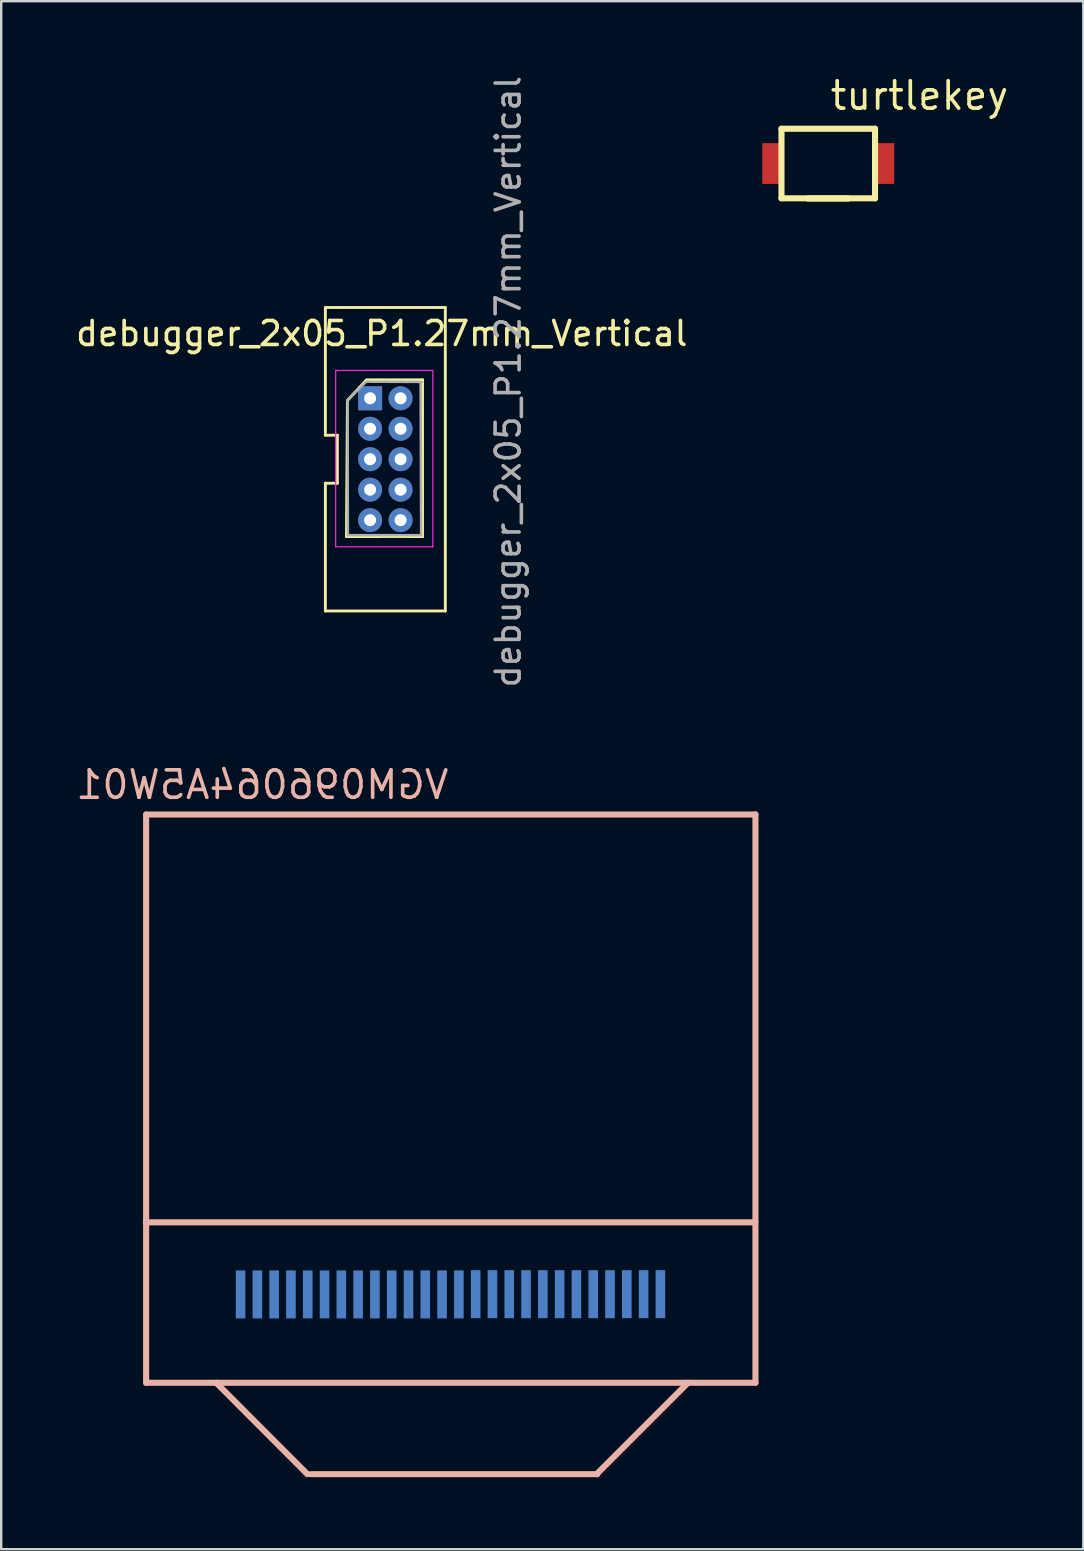
<source format=kicad_pcb>
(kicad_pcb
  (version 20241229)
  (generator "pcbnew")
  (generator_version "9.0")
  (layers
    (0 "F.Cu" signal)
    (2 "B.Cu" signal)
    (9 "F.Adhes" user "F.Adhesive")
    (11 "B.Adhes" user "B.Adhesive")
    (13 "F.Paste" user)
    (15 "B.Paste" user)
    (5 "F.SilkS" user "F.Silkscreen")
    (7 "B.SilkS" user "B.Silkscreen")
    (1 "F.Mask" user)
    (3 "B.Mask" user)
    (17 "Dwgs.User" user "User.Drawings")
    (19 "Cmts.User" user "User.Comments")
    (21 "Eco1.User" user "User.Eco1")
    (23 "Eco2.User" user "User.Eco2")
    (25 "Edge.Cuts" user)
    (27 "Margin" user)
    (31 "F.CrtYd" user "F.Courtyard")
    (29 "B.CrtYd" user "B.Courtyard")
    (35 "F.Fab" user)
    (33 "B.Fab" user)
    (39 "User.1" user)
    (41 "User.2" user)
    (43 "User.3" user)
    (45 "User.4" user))
  (footprint "VGM096064A5W01"
    (layer "F.Cu")
    (at 15.728 50.903)
    (property "Reference" "VGM096064A5W01" (at 0.013 -21.24 0) (layer "B.SilkS") (effects (font (size 1.143 1.143) (thickness 0.152)) (justify left mirror)))
    (attr through_hole)
    (fp_line (start -12.687 -20) (end -12.687 3.688) (stroke (width 0.254) (type solid)) (layer "B.SilkS"))
    (fp_line (start -5.964 7.498) (end -9.766 3.688) (stroke (width 0.254) (type solid)) (layer "B.SilkS"))
    (fp_line (start 6.109 7.48) (end 9.901 3.688) (stroke (width 0.254) (type solid)) (layer "B.SilkS"))
    (fp_line (start 6.109 7.498) (end -5.829 7.498) (stroke (width 0.254) (type solid)) (layer "B.SilkS"))
    (fp_line (start 6.109 7.498) (end 6.109 7.48) (stroke (width 0.254) (type solid)) (layer "B.SilkS"))
    (fp_line (start 12.7 -3) (end -12.7 -3) (stroke (width 0.254) (type solid)) (layer "B.SilkS"))
    (fp_line (start 12.713 -20) (end -12.687 -20) (stroke (width 0.254) (type solid)) (layer "B.SilkS"))
    (fp_line (start 12.713 -20) (end 12.713 3.688) (stroke (width 0.254) (type solid)) (layer "B.SilkS"))
    (fp_line (start 12.713 3.688) (end -12.687 3.688) (stroke (width 0.254) (type solid)) (layer "B.SilkS"))
    (pad "1" smd rect (at 8.75 -0.005) (size 0.4 2) (layers "B.Cu" "B.Mask" "B.Paste"))
    (pad "2" smd rect (at 8.05 -0.005) (size 0.4 2) (layers "B.Cu" "B.Mask" "B.Paste"))
    (pad "3" smd rect (at 7.35 -0.005) (size 0.4 2) (layers "B.Cu" "B.Mask" "B.Paste"))
    (pad "4" smd rect (at 6.65 -0.005) (size 0.4 2) (layers "B.Cu" "B.Mask" "B.Paste"))
    (pad "5" smd rect (at 5.95 -0.005) (size 0.4 2) (layers "B.Cu" "B.Mask" "B.Paste"))
    (pad "6" smd rect (at 5.25 -0.005) (size 0.4 2) (layers "B.Cu" "B.Mask" "B.Paste"))
    (pad "7" smd rect (at 4.55 -0.005) (size 0.4 2) (layers "B.Cu" "B.Mask" "B.Paste"))
    (pad "8" smd rect (at 3.85 -0.005) (size 0.4 2) (layers "B.Cu" "B.Mask" "B.Paste"))
    (pad "9" smd rect (at 3.15 -0.005) (size 0.4 2) (layers "B.Cu" "B.Mask" "B.Paste"))
    (pad "10" smd rect (at 2.45 -0.005) (size 0.4 2) (layers "B.Cu" "B.Mask" "B.Paste"))
    (pad "11" smd rect (at 1.75 -0.005) (size 0.4 2) (layers "B.Cu" "B.Mask" "B.Paste"))
    (pad "12" smd rect (at 1.05 -0.005) (size 0.4 2) (layers "B.Cu" "B.Mask" "B.Paste"))
    (pad "13" smd rect (at 0.35 0.005) (size 0.4 2) (layers "B.Cu" "B.Mask" "B.Paste"))
    (pad "14" smd rect (at -0.35 0.005) (size 0.4 2) (layers "B.Cu" "B.Mask" "B.Paste"))
    (pad "15" smd rect (at -1.05 0.005) (size 0.4 2) (layers "B.Cu" "B.Mask" "B.Paste"))
    (pad "16" smd rect (at -1.75 0.005) (size 0.4 2) (layers "B.Cu" "B.Mask" "B.Paste"))
    (pad "17" smd rect (at -2.45 0.005) (size 0.4 2) (layers "B.Cu" "B.Mask" "B.Paste"))
    (pad "18" smd rect (at -3.15 0.005) (size 0.4 2) (layers "B.Cu" "B.Mask" "B.Paste"))
    (pad "19" smd rect (at -3.85 0.005) (size 0.4 2) (layers "B.Cu" "B.Mask" "B.Paste"))
    (pad "20" smd rect (at -4.55 0.005) (size 0.4 2) (layers "B.Cu" "B.Mask" "B.Paste"))
    (pad "21" smd rect (at -5.25 0.005) (size 0.4 2) (layers "B.Cu" "B.Mask" "B.Paste"))
    (pad "22" smd rect (at -5.95 0.005) (size 0.4 2) (layers "B.Cu" "B.Mask" "B.Paste"))
    (pad "23" smd rect (at -6.65 0.005) (size 0.4 2) (layers "B.Cu" "B.Mask" "B.Paste"))
    (pad "24" smd rect (at -7.35 0.005) (size 0.4 2) (layers "B.Cu" "B.Mask" "B.Paste"))
    (pad "25" smd rect (at -8.05 0.005) (size 0.4 2) (layers "B.Cu" "B.Mask" "B.Paste"))
    (pad "26" smd rect (at -8.75 0.005) (size 0.4 2) (layers "B.Cu" "B.Mask" "B.Paste")))
  (footprint "debugger_2x05_P1.27mm_Vertical"
    (layer "F.Cu")
    (at 13.013 16.093)
    (property "Reference" "debugger_2x05_P1.27mm_Vertical" (at -0.15 -5.24 0) (layer "F.SilkS") (effects (font (size 1 1) (thickness 0.15))))
    (attr through_hole)
    (fp_line (start -2.5 -6.325) (end 2.5 -6.325) (stroke (width 0.12) (type solid)) (layer "F.SilkS"))
    (fp_line (start -2.5 -1) (end -2.5 -6.325) (stroke (width 0.12) (type solid)) (layer "F.SilkS"))
    (fp_line (start -2.5 1) (end -2 1) (stroke (width 0.12) (type solid)) (layer "F.SilkS"))
    (fp_line (start -2.5 6.325) (end -2.5 1) (stroke (width 0.12) (type solid)) (layer "F.SilkS"))
    (fp_line (start -2 -1) (end -2.5 -1) (stroke (width 0.12) (type solid)) (layer "F.SilkS"))
    (fp_line (start -2 1) (end -2 -1) (stroke (width 0.12) (type solid)) (layer "F.SilkS"))
    (fp_line (start -1.62 3.225) (end 0.93 3.22) (stroke (width 0.12) (type solid)) (layer "F.SilkS"))
    (fp_line (start -1.58 -2.45) (end -0.81 -3.28) (stroke (width 0.12) (type solid)) (layer "F.SilkS"))
    (fp_line (start -1.58 -2.44) (end -1.62 3.225) (stroke (width 0.12) (type solid)) (layer "F.SilkS"))
    (fp_line (start -0.78 -3.31) (end 1.55 -3.31) (stroke (width 0.12) (type solid)) (layer "F.SilkS"))
    (fp_line (start 0.908 3.225) (end 1.55 3.225) (stroke (width 0.12) (type solid)) (layer "F.SilkS"))
    (fp_line (start 1.55 -3.31) (end 1.55 -2.55) (stroke (width 0.12) (type solid)) (layer "F.SilkS"))
    (fp_line (start 1.55 -2.51) (end 1.55 -1.915) (stroke (width 0.12) (type solid)) (layer "F.SilkS"))
    (fp_line (start 1.55 -1.915) (end 1.55 3.225) (stroke (width 0.12) (type solid)) (layer "F.SilkS"))
    (fp_line (start 2.5 -6.325) (end 2.5 6.325) (stroke (width 0.12) (type solid)) (layer "F.SilkS"))
    (fp_line (start 2.5 6.325) (end -2.5 6.325) (stroke (width 0.12) (type solid)) (layer "F.SilkS"))
    (fp_line (start -2.07 -3.7) (end 1.98 -3.7) (stroke (width 0.05) (type solid)) (layer "F.CrtYd"))
    (fp_line (start -2.07 3.65) (end -2.07 -3.7) (stroke (width 0.05) (type solid)) (layer "F.CrtYd"))
    (fp_line (start 1.98 -3.7) (end 1.98 3.65) (stroke (width 0.05) (type solid)) (layer "F.CrtYd"))
    (fp_line (start 1.98 3.65) (end -2.07 3.65) (stroke (width 0.05) (type solid)) (layer "F.CrtYd"))
    (fp_line (start -1.58 -2.45) (end -0.818 -3.212) (stroke (width 0.1) (type solid)) (layer "F.Fab"))
    (fp_line (start -1.56 3.165) (end -1.57 -2.45) (stroke (width 0.1) (type solid)) (layer "F.Fab"))
    (fp_line (start -0.79 -3.23) (end 1.53 -3.22) (stroke (width 0.1) (type solid)) (layer "F.Fab"))
    (fp_line (start 1.47 -3.17) (end 1.49 3.165) (stroke (width 0.1) (type solid)) (layer "F.Fab"))
    (fp_line (start 1.49 3.165) (end -1.56 3.165) (stroke (width 0.1) (type solid)) (layer "F.Fab"))
    (fp_text user "${REFERENCE}" (at 5.12 -3.23 90) (layer "F.Fab") (effects (font (size 1 1) (thickness 0.15))))
    (pad "1" thru_hole rect (at -0.635 -2.54) (size 1 1) (drill 0.5) (layers "*.Cu" "*.Mask"))
    (pad "2" thru_hole oval (at 0.635 -2.54) (size 1 1) (drill 0.5) (layers "*.Cu" "*.Mask"))
    (pad "3" thru_hole oval (at -0.635 -1.27) (size 1 1) (drill 0.5) (layers "*.Cu" "*.Mask"))
    (pad "4" thru_hole oval (at 0.635 -1.27) (size 1 1) (drill 0.5) (layers "*.Cu" "*.Mask"))
    (pad "5" thru_hole oval (at -0.635 0) (size 1 1) (drill 0.5) (layers "*.Cu" "*.Mask"))
    (pad "6" thru_hole oval (at 0.635 0) (size 1 1) (drill 0.5) (layers "*.Cu" "*.Mask"))
    (pad "7" thru_hole oval (at -0.635 1.27) (size 1 1) (drill 0.5) (layers "*.Cu" "*.Mask"))
    (pad "8" thru_hole oval (at 0.635 1.27) (size 1 1) (drill 0.5) (layers "*.Cu" "*.Mask"))
    (pad "9" thru_hole oval (at -0.635 2.54) (size 1 1) (drill 0.5) (layers "*.Cu" "*.Mask"))
    (pad "10" thru_hole oval (at 0.635 2.54) (size 1 1) (drill 0.5) (layers "*.Cu" "*.Mask")))
  (footprint "turtlekey"
    (layer "F.Cu")
    (at 31.476 3.766)
    (property "Reference" "turtlekey" (at 0 -2.83 0) (layer "F.SilkS") (effects (font (size 1.143 1.143) (thickness 0.152)) (justify left)))
    (attr through_hole)
    (fp_line (start -1.95 -1.45) (end 1.95 -1.45) (stroke (width 0.254) (type solid)) (layer "F.SilkS"))
    (fp_line (start -1.95 1.45) (end -1.95 -1.45) (stroke (width 0.254) (type solid)) (layer "F.SilkS"))
    (fp_line (start -0.856 1.46) (end 0.844 1.46) (stroke (width 0.254) (type solid)) (layer "F.SilkS"))
    (fp_line (start 1.95 -1.45) (end 1.95 1.45) (stroke (width 0.254) (type solid)) (layer "F.SilkS"))
    (fp_line (start 1.95 1.45) (end -1.95 1.45) (stroke (width 0.254) (type solid)) (layer "F.SilkS"))
    (pad "1" smd rect (at -2.3 0) (size 0.9 1.7) (layers "F.Cu" "F.Mask" "F.Paste"))
    (pad "2" smd rect (at 2.3 0) (size 0.9 1.7) (layers "F.Cu" "F.Mask" "F.Paste")))
  (gr_rect
    (start -3 -3)
    (end 42.107 61.528)
    (stroke (width 0.1) (type default))
    (fill no)
    (layer "Edge.Cuts")))
</source>
